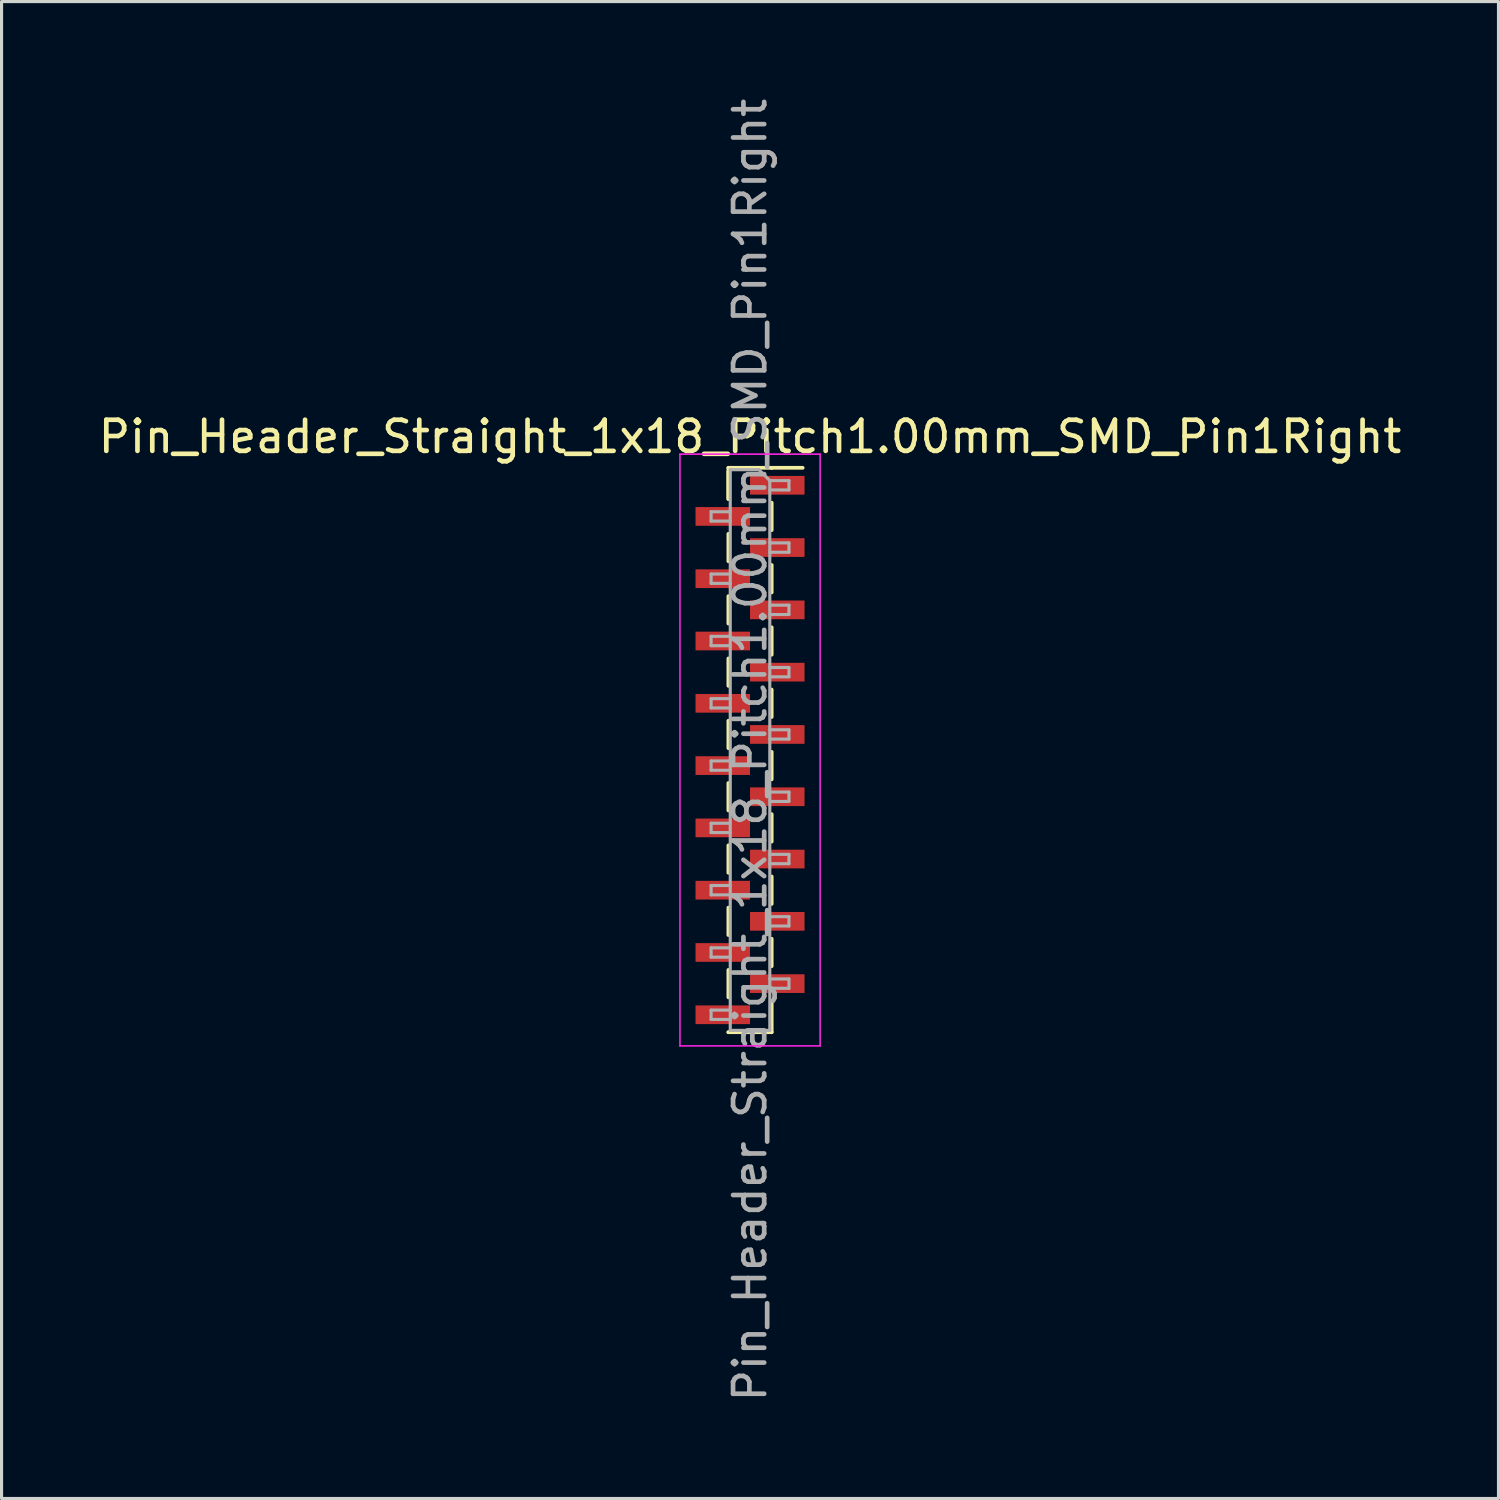
<source format=kicad_pcb>
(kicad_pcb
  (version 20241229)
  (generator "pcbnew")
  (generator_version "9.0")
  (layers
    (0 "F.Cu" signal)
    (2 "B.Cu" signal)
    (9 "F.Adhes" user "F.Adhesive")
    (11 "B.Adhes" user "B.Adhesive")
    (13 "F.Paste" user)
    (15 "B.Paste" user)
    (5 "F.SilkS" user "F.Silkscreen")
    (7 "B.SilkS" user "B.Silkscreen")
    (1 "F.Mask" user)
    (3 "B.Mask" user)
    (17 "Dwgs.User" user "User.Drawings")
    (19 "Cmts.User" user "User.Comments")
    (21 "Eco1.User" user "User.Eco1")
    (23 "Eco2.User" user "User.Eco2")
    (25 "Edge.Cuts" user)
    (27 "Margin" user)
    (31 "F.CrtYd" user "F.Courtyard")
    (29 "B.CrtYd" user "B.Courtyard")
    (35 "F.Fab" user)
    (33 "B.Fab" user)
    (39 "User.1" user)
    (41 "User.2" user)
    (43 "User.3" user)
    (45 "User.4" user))
  (footprint "Pin_Header_Straight_1x18_Pitch1.00mm_SMD_Pin1Right"
    (layer "F.Cu")
    (at 21.03 21.03)
    (property "Reference" "Pin_Header_Straight_1x18_Pitch1.00mm_SMD_Pin1Right" (at 0 -10.06 0) (layer "F.SilkS") (effects (font (size 1 1) (thickness 0.15))))
    (attr smd)
    (fp_line (start -0.695 -9.06) (end -0.695 -8.06) (stroke (width 0.12) (type solid)) (layer "F.SilkS"))
    (fp_line (start -0.695 -9.06) (end 0.695 -9.06) (stroke (width 0.12) (type solid)) (layer "F.SilkS"))
    (fp_line (start -0.695 -8.94) (end -0.695 -8.06) (stroke (width 0.12) (type solid)) (layer "F.SilkS"))
    (fp_line (start -0.695 -6.94) (end -0.695 -6.06) (stroke (width 0.12) (type solid)) (layer "F.SilkS"))
    (fp_line (start -0.695 -4.94) (end -0.695 -4.06) (stroke (width 0.12) (type solid)) (layer "F.SilkS"))
    (fp_line (start -0.695 -2.94) (end -0.695 -2.06) (stroke (width 0.12) (type solid)) (layer "F.SilkS"))
    (fp_line (start -0.695 -0.94) (end -0.695 -0.06) (stroke (width 0.12) (type solid)) (layer "F.SilkS"))
    (fp_line (start -0.695 1.06) (end -0.695 1.94) (stroke (width 0.12) (type solid)) (layer "F.SilkS"))
    (fp_line (start -0.695 3.06) (end -0.695 3.94) (stroke (width 0.12) (type solid)) (layer "F.SilkS"))
    (fp_line (start -0.695 5.06) (end -0.695 5.94) (stroke (width 0.12) (type solid)) (layer "F.SilkS"))
    (fp_line (start -0.695 7.06) (end -0.695 7.94) (stroke (width 0.12) (type solid)) (layer "F.SilkS"))
    (fp_line (start -0.695 9.06) (end -0.695 9.06) (stroke (width 0.12) (type solid)) (layer "F.SilkS"))
    (fp_line (start -0.695 9.06) (end 0.695 9.06) (stroke (width 0.12) (type solid)) (layer "F.SilkS"))
    (fp_line (start 0.695 -9.06) (end 0.695 -9.06) (stroke (width 0.12) (type solid)) (layer "F.SilkS"))
    (fp_line (start 0.695 -9.06) (end 1.69 -9.06) (stroke (width 0.12) (type solid)) (layer "F.SilkS"))
    (fp_line (start 0.695 -7.94) (end 0.695 -7.06) (stroke (width 0.12) (type solid)) (layer "F.SilkS"))
    (fp_line (start 0.695 -5.94) (end 0.695 -5.06) (stroke (width 0.12) (type solid)) (layer "F.SilkS"))
    (fp_line (start 0.695 -3.94) (end 0.695 -3.06) (stroke (width 0.12) (type solid)) (layer "F.SilkS"))
    (fp_line (start 0.695 -1.94) (end 0.695 -1.06) (stroke (width 0.12) (type solid)) (layer "F.SilkS"))
    (fp_line (start 0.695 0.06) (end 0.695 0.94) (stroke (width 0.12) (type solid)) (layer "F.SilkS"))
    (fp_line (start 0.695 2.06) (end 0.695 2.94) (stroke (width 0.12) (type solid)) (layer "F.SilkS"))
    (fp_line (start 0.695 4.06) (end 0.695 4.94) (stroke (width 0.12) (type solid)) (layer "F.SilkS"))
    (fp_line (start 0.695 6.06) (end 0.695 6.94) (stroke (width 0.12) (type solid)) (layer "F.SilkS"))
    (fp_line (start 0.695 8.06) (end 0.695 9.06) (stroke (width 0.12) (type solid)) (layer "F.SilkS"))
    (fp_line (start -2.25 -9.5) (end -2.25 9.5) (stroke (width 0.05) (type solid)) (layer "F.CrtYd"))
    (fp_line (start -2.25 9.5) (end 2.25 9.5) (stroke (width 0.05) (type solid)) (layer "F.CrtYd"))
    (fp_line (start 2.25 -9.5) (end -2.25 -9.5) (stroke (width 0.05) (type solid)) (layer "F.CrtYd"))
    (fp_line (start 2.25 9.5) (end 2.25 -9.5) (stroke (width 0.05) (type solid)) (layer "F.CrtYd"))
    (fp_line (start -1.25 -7.65) (end -1.25 -7.35) (stroke (width 0.1) (type solid)) (layer "F.Fab"))
    (fp_line (start -1.25 -7.35) (end -0.635 -7.35) (stroke (width 0.1) (type solid)) (layer "F.Fab"))
    (fp_line (start -1.25 -5.65) (end -1.25 -5.35) (stroke (width 0.1) (type solid)) (layer "F.Fab"))
    (fp_line (start -1.25 -5.35) (end -0.635 -5.35) (stroke (width 0.1) (type solid)) (layer "F.Fab"))
    (fp_line (start -1.25 -3.65) (end -1.25 -3.35) (stroke (width 0.1) (type solid)) (layer "F.Fab"))
    (fp_line (start -1.25 -3.35) (end -0.635 -3.35) (stroke (width 0.1) (type solid)) (layer "F.Fab"))
    (fp_line (start -1.25 -1.65) (end -1.25 -1.35) (stroke (width 0.1) (type solid)) (layer "F.Fab"))
    (fp_line (start -1.25 -1.35) (end -0.635 -1.35) (stroke (width 0.1) (type solid)) (layer "F.Fab"))
    (fp_line (start -1.25 0.35) (end -1.25 0.65) (stroke (width 0.1) (type solid)) (layer "F.Fab"))
    (fp_line (start -1.25 0.65) (end -0.635 0.65) (stroke (width 0.1) (type solid)) (layer "F.Fab"))
    (fp_line (start -1.25 2.35) (end -1.25 2.65) (stroke (width 0.1) (type solid)) (layer "F.Fab"))
    (fp_line (start -1.25 2.65) (end -0.635 2.65) (stroke (width 0.1) (type solid)) (layer "F.Fab"))
    (fp_line (start -1.25 4.35) (end -1.25 4.65) (stroke (width 0.1) (type solid)) (layer "F.Fab"))
    (fp_line (start -1.25 4.65) (end -0.635 4.65) (stroke (width 0.1) (type solid)) (layer "F.Fab"))
    (fp_line (start -1.25 6.35) (end -1.25 6.65) (stroke (width 0.1) (type solid)) (layer "F.Fab"))
    (fp_line (start -1.25 6.65) (end -0.635 6.65) (stroke (width 0.1) (type solid)) (layer "F.Fab"))
    (fp_line (start -1.25 8.35) (end -1.25 8.65) (stroke (width 0.1) (type solid)) (layer "F.Fab"))
    (fp_line (start -1.25 8.65) (end -0.635 8.65) (stroke (width 0.1) (type solid)) (layer "F.Fab"))
    (fp_line (start -0.635 -9) (end -0.635 9) (stroke (width 0.1) (type solid)) (layer "F.Fab"))
    (fp_line (start -0.635 -9) (end 0.285 -9) (stroke (width 0.1) (type solid)) (layer "F.Fab"))
    (fp_line (start -0.635 -7.65) (end -1.25 -7.65) (stroke (width 0.1) (type solid)) (layer "F.Fab"))
    (fp_line (start -0.635 -5.65) (end -1.25 -5.65) (stroke (width 0.1) (type solid)) (layer "F.Fab"))
    (fp_line (start -0.635 -3.65) (end -1.25 -3.65) (stroke (width 0.1) (type solid)) (layer "F.Fab"))
    (fp_line (start -0.635 -1.65) (end -1.25 -1.65) (stroke (width 0.1) (type solid)) (layer "F.Fab"))
    (fp_line (start -0.635 0.35) (end -1.25 0.35) (stroke (width 0.1) (type solid)) (layer "F.Fab"))
    (fp_line (start -0.635 2.35) (end -1.25 2.35) (stroke (width 0.1) (type solid)) (layer "F.Fab"))
    (fp_line (start -0.635 4.35) (end -1.25 4.35) (stroke (width 0.1) (type solid)) (layer "F.Fab"))
    (fp_line (start -0.635 6.35) (end -1.25 6.35) (stroke (width 0.1) (type solid)) (layer "F.Fab"))
    (fp_line (start -0.635 8.35) (end -1.25 8.35) (stroke (width 0.1) (type solid)) (layer "F.Fab"))
    (fp_line (start 0.635 -8.65) (end 0.285 -9) (stroke (width 0.1) (type solid)) (layer "F.Fab"))
    (fp_line (start 0.635 -8.65) (end 1.25 -8.65) (stroke (width 0.1) (type solid)) (layer "F.Fab"))
    (fp_line (start 0.635 -6.65) (end 1.25 -6.65) (stroke (width 0.1) (type solid)) (layer "F.Fab"))
    (fp_line (start 0.635 -4.65) (end 1.25 -4.65) (stroke (width 0.1) (type solid)) (layer "F.Fab"))
    (fp_line (start 0.635 -2.65) (end 1.25 -2.65) (stroke (width 0.1) (type solid)) (layer "F.Fab"))
    (fp_line (start 0.635 -0.65) (end 1.25 -0.65) (stroke (width 0.1) (type solid)) (layer "F.Fab"))
    (fp_line (start 0.635 1.35) (end 1.25 1.35) (stroke (width 0.1) (type solid)) (layer "F.Fab"))
    (fp_line (start 0.635 3.35) (end 1.25 3.35) (stroke (width 0.1) (type solid)) (layer "F.Fab"))
    (fp_line (start 0.635 5.35) (end 1.25 5.35) (stroke (width 0.1) (type solid)) (layer "F.Fab"))
    (fp_line (start 0.635 7.35) (end 1.25 7.35) (stroke (width 0.1) (type solid)) (layer "F.Fab"))
    (fp_line (start 0.635 9) (end -0.635 9) (stroke (width 0.1) (type solid)) (layer "F.Fab"))
    (fp_line (start 0.635 9) (end 0.635 -8.65) (stroke (width 0.1) (type solid)) (layer "F.Fab"))
    (fp_line (start 1.25 -8.65) (end 1.25 -8.35) (stroke (width 0.1) (type solid)) (layer "F.Fab"))
    (fp_line (start 1.25 -8.35) (end 0.635 -8.35) (stroke (width 0.1) (type solid)) (layer "F.Fab"))
    (fp_line (start 1.25 -6.65) (end 1.25 -6.35) (stroke (width 0.1) (type solid)) (layer "F.Fab"))
    (fp_line (start 1.25 -6.35) (end 0.635 -6.35) (stroke (width 0.1) (type solid)) (layer "F.Fab"))
    (fp_line (start 1.25 -4.65) (end 1.25 -4.35) (stroke (width 0.1) (type solid)) (layer "F.Fab"))
    (fp_line (start 1.25 -4.35) (end 0.635 -4.35) (stroke (width 0.1) (type solid)) (layer "F.Fab"))
    (fp_line (start 1.25 -2.65) (end 1.25 -2.35) (stroke (width 0.1) (type solid)) (layer "F.Fab"))
    (fp_line (start 1.25 -2.35) (end 0.635 -2.35) (stroke (width 0.1) (type solid)) (layer "F.Fab"))
    (fp_line (start 1.25 -0.65) (end 1.25 -0.35) (stroke (width 0.1) (type solid)) (layer "F.Fab"))
    (fp_line (start 1.25 -0.35) (end 0.635 -0.35) (stroke (width 0.1) (type solid)) (layer "F.Fab"))
    (fp_line (start 1.25 1.35) (end 1.25 1.65) (stroke (width 0.1) (type solid)) (layer "F.Fab"))
    (fp_line (start 1.25 1.65) (end 0.635 1.65) (stroke (width 0.1) (type solid)) (layer "F.Fab"))
    (fp_line (start 1.25 3.35) (end 1.25 3.65) (stroke (width 0.1) (type solid)) (layer "F.Fab"))
    (fp_line (start 1.25 3.65) (end 0.635 3.65) (stroke (width 0.1) (type solid)) (layer "F.Fab"))
    (fp_line (start 1.25 5.35) (end 1.25 5.65) (stroke (width 0.1) (type solid)) (layer "F.Fab"))
    (fp_line (start 1.25 5.65) (end 0.635 5.65) (stroke (width 0.1) (type solid)) (layer "F.Fab"))
    (fp_line (start 1.25 7.35) (end 1.25 7.65) (stroke (width 0.1) (type solid)) (layer "F.Fab"))
    (fp_line (start 1.25 7.65) (end 0.635 7.65) (stroke (width 0.1) (type solid)) (layer "F.Fab"))
    (fp_text user "${REFERENCE}" (at 0 0 90) (layer "F.Fab") (effects (font (size 1 1) (thickness 0.15))))
    (pad "1" smd rect (at 0.875 -8.5) (size 1.75 0.6) (layers "F.Cu" "F.Mask" "F.Paste"))
    (pad "2" smd rect (at -0.875 -7.5) (size 1.75 0.6) (layers "F.Cu" "F.Mask" "F.Paste"))
    (pad "3" smd rect (at 0.875 -6.5) (size 1.75 0.6) (layers "F.Cu" "F.Mask" "F.Paste"))
    (pad "4" smd rect (at -0.875 -5.5) (size 1.75 0.6) (layers "F.Cu" "F.Mask" "F.Paste"))
    (pad "5" smd rect (at 0.875 -4.5) (size 1.75 0.6) (layers "F.Cu" "F.Mask" "F.Paste"))
    (pad "6" smd rect (at -0.875 -3.5) (size 1.75 0.6) (layers "F.Cu" "F.Mask" "F.Paste"))
    (pad "7" smd rect (at 0.875 -2.5) (size 1.75 0.6) (layers "F.Cu" "F.Mask" "F.Paste"))
    (pad "8" smd rect (at -0.875 -1.5) (size 1.75 0.6) (layers "F.Cu" "F.Mask" "F.Paste"))
    (pad "9" smd rect (at 0.875 -0.5) (size 1.75 0.6) (layers "F.Cu" "F.Mask" "F.Paste"))
    (pad "10" smd rect (at -0.875 0.5) (size 1.75 0.6) (layers "F.Cu" "F.Mask" "F.Paste"))
    (pad "11" smd rect (at 0.875 1.5) (size 1.75 0.6) (layers "F.Cu" "F.Mask" "F.Paste"))
    (pad "12" smd rect (at -0.875 2.5) (size 1.75 0.6) (layers "F.Cu" "F.Mask" "F.Paste"))
    (pad "13" smd rect (at 0.875 3.5) (size 1.75 0.6) (layers "F.Cu" "F.Mask" "F.Paste"))
    (pad "14" smd rect (at -0.875 4.5) (size 1.75 0.6) (layers "F.Cu" "F.Mask" "F.Paste"))
    (pad "15" smd rect (at 0.875 5.5) (size 1.75 0.6) (layers "F.Cu" "F.Mask" "F.Paste"))
    (pad "16" smd rect (at -0.875 6.5) (size 1.75 0.6) (layers "F.Cu" "F.Mask" "F.Paste"))
    (pad "17" smd rect (at 0.875 7.5) (size 1.75 0.6) (layers "F.Cu" "F.Mask" "F.Paste"))
    (pad "18" smd rect (at -0.875 8.5) (size 1.75 0.6) (layers "F.Cu" "F.Mask" "F.Paste")))
  (gr_rect
    (start -3 -3)
    (end 45.06 45.06)
    (stroke (width 0.1) (type default))
    (fill no)
    (layer "Edge.Cuts")))
</source>
